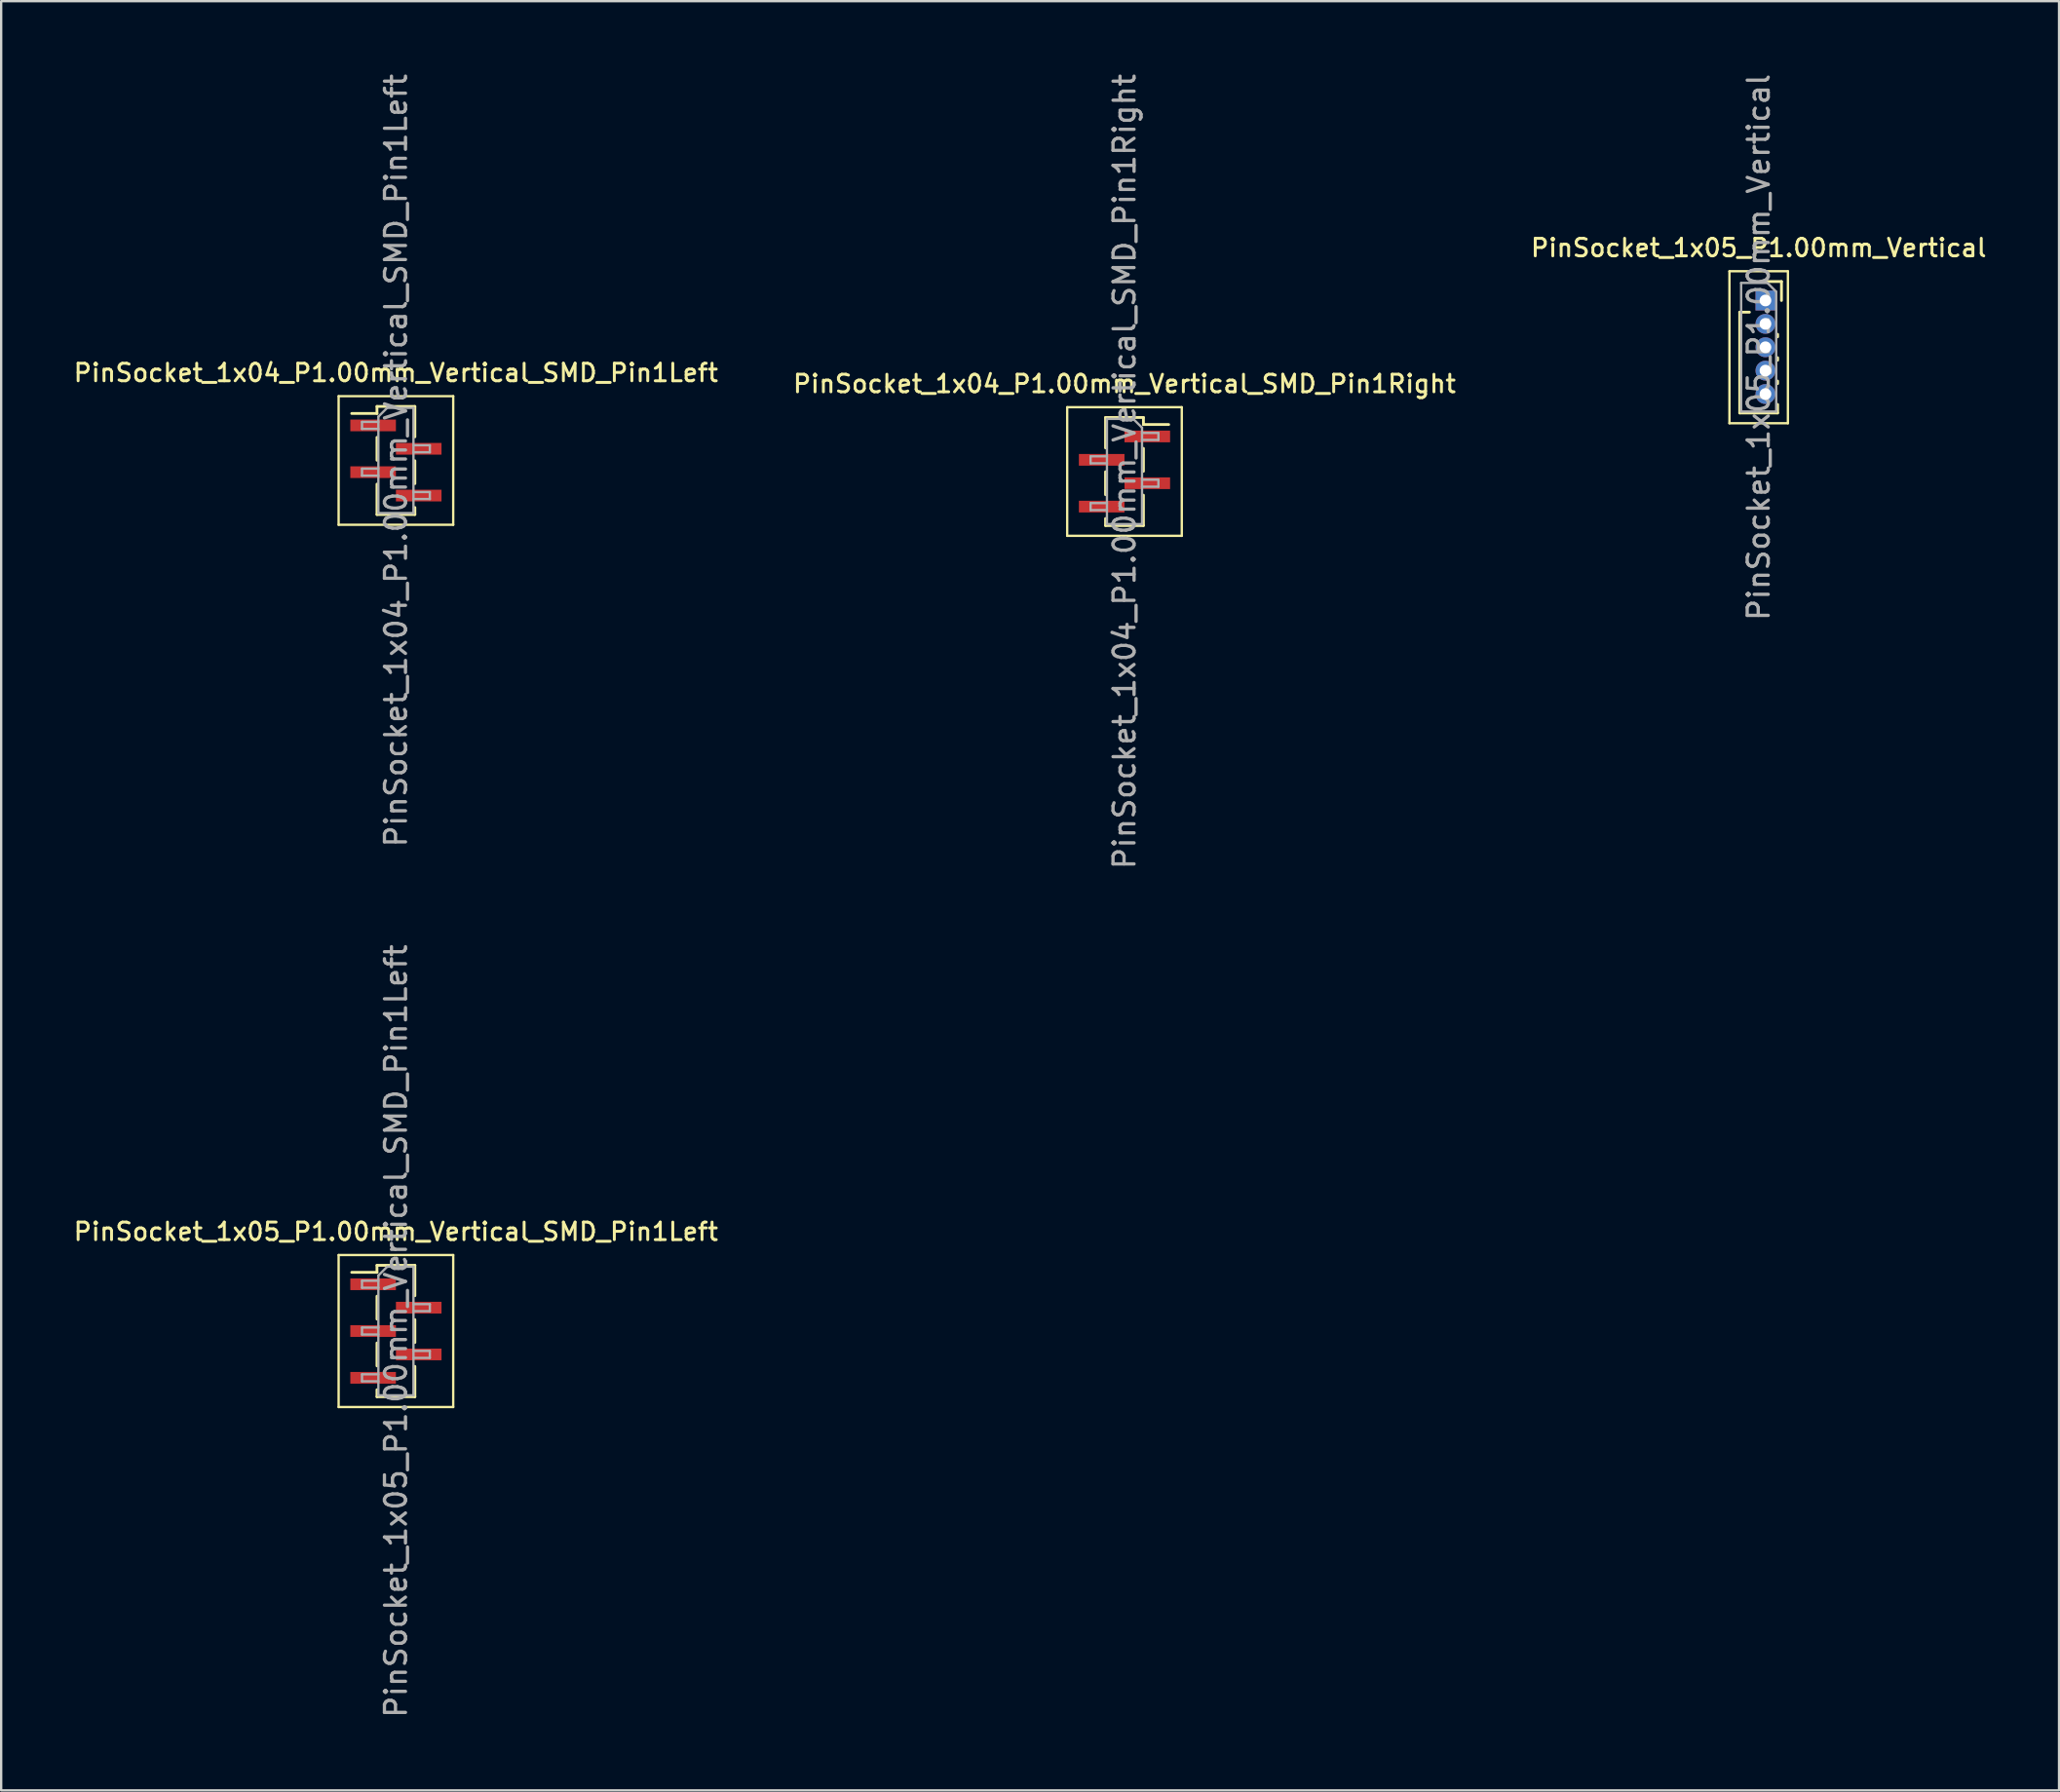
<source format=kicad_pcb>
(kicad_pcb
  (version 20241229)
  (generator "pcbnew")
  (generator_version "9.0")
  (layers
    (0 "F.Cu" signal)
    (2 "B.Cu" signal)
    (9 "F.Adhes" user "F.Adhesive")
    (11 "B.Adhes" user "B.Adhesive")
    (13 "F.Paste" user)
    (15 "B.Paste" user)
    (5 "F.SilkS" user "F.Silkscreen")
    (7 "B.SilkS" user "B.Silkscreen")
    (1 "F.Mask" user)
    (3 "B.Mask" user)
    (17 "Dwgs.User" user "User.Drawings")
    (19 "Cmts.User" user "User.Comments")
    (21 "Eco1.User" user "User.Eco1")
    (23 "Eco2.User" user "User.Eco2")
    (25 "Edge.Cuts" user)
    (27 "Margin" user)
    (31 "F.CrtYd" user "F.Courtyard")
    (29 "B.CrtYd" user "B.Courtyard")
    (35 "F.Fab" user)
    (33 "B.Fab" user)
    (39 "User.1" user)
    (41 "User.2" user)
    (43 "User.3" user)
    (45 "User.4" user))
  (footprint "PinSocket_1x05_P1.00mm_Vertical_SMD_Pin1Left"
    (layer "F.Cu")
    (at 13.88 53.867)
    (property "Reference" "PinSocket_1x05_P1.00mm_Vertical_SMD_Pin1Left" (at 0 -4.25 0) (layer "F.SilkS") (effects (font (size 0.75 0.75) (thickness 0.125))))
    (attr smd)
    (fp_line (start -2.45 -3.25) (end 2.45 -3.25) (stroke (width 0.1) (type solid)) (layer "F.SilkS"))
    (fp_line (start -2.45 3.25) (end -2.45 -3.25) (stroke (width 0.1) (type solid)) (layer "F.SilkS"))
    (fp_line (start -1.89 -2.51) (end -0.81 -2.51) (stroke (width 0.12) (type solid)) (layer "F.SilkS"))
    (fp_line (start -0.81 -2.81) (end -0.81 -2.51) (stroke (width 0.12) (type solid)) (layer "F.SilkS"))
    (fp_line (start -0.81 -2.81) (end 0.81 -2.81) (stroke (width 0.12) (type solid)) (layer "F.SilkS"))
    (fp_line (start -0.81 -1.49) (end -0.81 -0.51) (stroke (width 0.12) (type solid)) (layer "F.SilkS"))
    (fp_line (start -0.81 0.51) (end -0.81 1.49) (stroke (width 0.12) (type solid)) (layer "F.SilkS"))
    (fp_line (start -0.81 2.51) (end -0.81 2.81) (stroke (width 0.12) (type solid)) (layer "F.SilkS"))
    (fp_line (start -0.81 2.81) (end 0.81 2.81) (stroke (width 0.12) (type solid)) (layer "F.SilkS"))
    (fp_line (start 0.81 -2.81) (end 0.81 -1.51) (stroke (width 0.12) (type solid)) (layer "F.SilkS"))
    (fp_line (start 0.81 -0.49) (end 0.81 0.49) (stroke (width 0.12) (type solid)) (layer "F.SilkS"))
    (fp_line (start 0.81 1.51) (end 0.81 2.81) (stroke (width 0.12) (type solid)) (layer "F.SilkS"))
    (fp_line (start 2.45 -3.25) (end 2.45 3.25) (stroke (width 0.1) (type solid)) (layer "F.SilkS"))
    (fp_line (start 2.45 3.25) (end -2.45 3.25) (stroke (width 0.1) (type solid)) (layer "F.SilkS"))
    (fp_line (start -1.45 -2.15) (end -0.75 -2.15) (stroke (width 0.1) (type solid)) (layer "F.Fab"))
    (fp_line (start -1.45 -1.85) (end -1.45 -2.15) (stroke (width 0.1) (type solid)) (layer "F.Fab"))
    (fp_line (start -1.45 -0.15) (end -0.75 -0.15) (stroke (width 0.1) (type solid)) (layer "F.Fab"))
    (fp_line (start -1.45 0.15) (end -1.45 -0.15) (stroke (width 0.1) (type solid)) (layer "F.Fab"))
    (fp_line (start -1.45 1.85) (end -0.75 1.85) (stroke (width 0.1) (type solid)) (layer "F.Fab"))
    (fp_line (start -1.45 2.15) (end -1.45 1.85) (stroke (width 0.1) (type solid)) (layer "F.Fab"))
    (fp_line (start -0.75 -2.375) (end -0.375 -2.75) (stroke (width 0.1) (type solid)) (layer "F.Fab"))
    (fp_line (start -0.75 -1.85) (end -1.45 -1.85) (stroke (width 0.1) (type solid)) (layer "F.Fab"))
    (fp_line (start -0.75 0.15) (end -1.45 0.15) (stroke (width 0.1) (type solid)) (layer "F.Fab"))
    (fp_line (start -0.75 2.15) (end -1.45 2.15) (stroke (width 0.1) (type solid)) (layer "F.Fab"))
    (fp_line (start -0.75 2.75) (end -0.75 -2.375) (stroke (width 0.1) (type solid)) (layer "F.Fab"))
    (fp_line (start -0.375 -2.75) (end 0.75 -2.75) (stroke (width 0.1) (type solid)) (layer "F.Fab"))
    (fp_line (start 0.75 -2.75) (end 0.75 2.75) (stroke (width 0.1) (type solid)) (layer "F.Fab"))
    (fp_line (start 0.75 -1.15) (end 1.45 -1.15) (stroke (width 0.1) (type solid)) (layer "F.Fab"))
    (fp_line (start 0.75 0.85) (end 1.45 0.85) (stroke (width 0.1) (type solid)) (layer "F.Fab"))
    (fp_line (start 0.75 2.75) (end -0.75 2.75) (stroke (width 0.1) (type solid)) (layer "F.Fab"))
    (fp_line (start 1.45 -1.15) (end 1.45 -0.85) (stroke (width 0.1) (type solid)) (layer "F.Fab"))
    (fp_line (start 1.45 -0.85) (end 0.75 -0.85) (stroke (width 0.1) (type solid)) (layer "F.Fab"))
    (fp_line (start 1.45 0.85) (end 1.45 1.15) (stroke (width 0.1) (type solid)) (layer "F.Fab"))
    (fp_line (start 1.45 1.15) (end 0.75 1.15) (stroke (width 0.1) (type solid)) (layer "F.Fab"))
    (fp_text user "${REFERENCE}" (at 0 0 90) (layer "F.Fab") (effects (font (size 0.9 0.9) (thickness 0.14))))
    (pad "1" smd rect (at -0.975 -2) (size 1.95 0.5) (layers "F.Cu" "F.Mask" "F.Paste"))
    (pad "2" smd rect (at 0.975 -1) (size 1.95 0.5) (layers "F.Cu" "F.Mask" "F.Paste"))
    (pad "3" smd rect (at -0.975 0) (size 1.95 0.5) (layers "F.Cu" "F.Mask" "F.Paste"))
    (pad "4" smd rect (at 0.975 1) (size 1.95 0.5) (layers "F.Cu" "F.Mask" "F.Paste"))
    (pad "5" smd rect (at -0.975 2) (size 1.95 0.5) (layers "F.Cu" "F.Mask" "F.Paste")))
  (footprint "PinSocket_1x04_P1.00mm_Vertical_SMD_Pin1Right"
    (layer "F.Cu")
    (at 45.034 17.113)
    (property "Reference" "PinSocket_1x04_P1.00mm_Vertical_SMD_Pin1Right" (at 0 -3.75 0) (layer "F.SilkS") (effects (font (size 0.75 0.75) (thickness 0.125))))
    (attr smd)
    (fp_line (start -2.45 -2.75) (end 2.45 -2.75) (stroke (width 0.1) (type solid)) (layer "F.SilkS"))
    (fp_line (start -2.45 2.75) (end -2.45 -2.75) (stroke (width 0.1) (type solid)) (layer "F.SilkS"))
    (fp_line (start -0.81 -2.31) (end -0.81 -1.01) (stroke (width 0.12) (type solid)) (layer "F.SilkS"))
    (fp_line (start -0.81 -2.31) (end 0.81 -2.31) (stroke (width 0.12) (type solid)) (layer "F.SilkS"))
    (fp_line (start -0.81 0.01) (end -0.81 0.99) (stroke (width 0.12) (type solid)) (layer "F.SilkS"))
    (fp_line (start -0.81 2.01) (end -0.81 2.31) (stroke (width 0.12) (type solid)) (layer "F.SilkS"))
    (fp_line (start -0.81 2.31) (end 0.81 2.31) (stroke (width 0.12) (type solid)) (layer "F.SilkS"))
    (fp_line (start 0.81 -2.31) (end 0.81 -2.01) (stroke (width 0.12) (type solid)) (layer "F.SilkS"))
    (fp_line (start 0.81 -2.01) (end 1.89 -2.01) (stroke (width 0.12) (type solid)) (layer "F.SilkS"))
    (fp_line (start 0.81 -0.99) (end 0.81 -0.01) (stroke (width 0.12) (type solid)) (layer "F.SilkS"))
    (fp_line (start 0.81 1.01) (end 0.81 2.31) (stroke (width 0.12) (type solid)) (layer "F.SilkS"))
    (fp_line (start 2.45 -2.75) (end 2.45 2.75) (stroke (width 0.1) (type solid)) (layer "F.SilkS"))
    (fp_line (start 2.45 2.75) (end -2.45 2.75) (stroke (width 0.1) (type solid)) (layer "F.SilkS"))
    (fp_line (start -1.45 -0.65) (end -0.75 -0.65) (stroke (width 0.1) (type solid)) (layer "F.Fab"))
    (fp_line (start -1.45 -0.35) (end -1.45 -0.65) (stroke (width 0.1) (type solid)) (layer "F.Fab"))
    (fp_line (start -1.45 1.35) (end -0.75 1.35) (stroke (width 0.1) (type solid)) (layer "F.Fab"))
    (fp_line (start -1.45 1.65) (end -1.45 1.35) (stroke (width 0.1) (type solid)) (layer "F.Fab"))
    (fp_line (start -0.75 -2.25) (end 0.375 -2.25) (stroke (width 0.1) (type solid)) (layer "F.Fab"))
    (fp_line (start -0.75 -0.35) (end -1.45 -0.35) (stroke (width 0.1) (type solid)) (layer "F.Fab"))
    (fp_line (start -0.75 1.65) (end -1.45 1.65) (stroke (width 0.1) (type solid)) (layer "F.Fab"))
    (fp_line (start -0.75 2.25) (end -0.75 -2.25) (stroke (width 0.1) (type solid)) (layer "F.Fab"))
    (fp_line (start 0.375 -2.25) (end 0.75 -1.875) (stroke (width 0.1) (type solid)) (layer "F.Fab"))
    (fp_line (start 0.75 -1.875) (end 0.75 2.25) (stroke (width 0.1) (type solid)) (layer "F.Fab"))
    (fp_line (start 0.75 -1.65) (end 1.45 -1.65) (stroke (width 0.1) (type solid)) (layer "F.Fab"))
    (fp_line (start 0.75 0.35) (end 1.45 0.35) (stroke (width 0.1) (type solid)) (layer "F.Fab"))
    (fp_line (start 0.75 2.25) (end -0.75 2.25) (stroke (width 0.1) (type solid)) (layer "F.Fab"))
    (fp_line (start 1.45 -1.65) (end 1.45 -1.35) (stroke (width 0.1) (type solid)) (layer "F.Fab"))
    (fp_line (start 1.45 -1.35) (end 0.75 -1.35) (stroke (width 0.1) (type solid)) (layer "F.Fab"))
    (fp_line (start 1.45 0.35) (end 1.45 0.65) (stroke (width 0.1) (type solid)) (layer "F.Fab"))
    (fp_line (start 1.45 0.65) (end 0.75 0.65) (stroke (width 0.1) (type solid)) (layer "F.Fab"))
    (fp_text user "${REFERENCE}" (at 0 0 90) (layer "F.Fab") (effects (font (size 0.9 0.9) (thickness 0.14))))
    (pad "1" smd rect (at 0.975 -1.5) (size 1.95 0.5) (layers "F.Cu" "F.Mask" "F.Paste"))
    (pad "2" smd rect (at -0.975 -0.5) (size 1.95 0.5) (layers "F.Cu" "F.Mask" "F.Paste"))
    (pad "3" smd rect (at 0.975 0.5) (size 1.95 0.5) (layers "F.Cu" "F.Mask" "F.Paste"))
    (pad "4" smd rect (at -0.975 1.5) (size 1.95 0.5) (layers "F.Cu" "F.Mask" "F.Paste")))
  (footprint "PinSocket_1x05_P1.00mm_Vertical"
    (layer "F.Cu")
    (at 72.442 9.799)
    (property "Reference" "PinSocket_1x05_P1.00mm_Vertical" (at -0.29 -2.25 0) (layer "F.SilkS") (effects (font (size 0.75 0.75) (thickness 0.125))))
    (attr through_hole)
    (fp_line (start -1.54 -1.25) (end 0.96 -1.25) (stroke (width 0.1) (type solid)) (layer "F.SilkS"))
    (fp_line (start -1.54 5.25) (end -1.54 -1.25) (stroke (width 0.1) (type solid)) (layer "F.SilkS"))
    (fp_line (start -1.1 0.5) (end -1.1 4.81) (stroke (width 0.12) (type solid)) (layer "F.SilkS"))
    (fp_line (start -1.1 0.5) (end -0.685 0.5) (stroke (width 0.12) (type solid)) (layer "F.SilkS"))
    (fp_line (start -1.1 4.81) (end 0.52 4.81) (stroke (width 0.12) (type solid)) (layer "F.SilkS"))
    (fp_line (start 0 -0.81) (end 0.685 -0.81) (stroke (width 0.12) (type solid)) (layer "F.SilkS"))
    (fp_line (start 0.52 1.446) (end 0.52 1.554) (stroke (width 0.12) (type solid)) (layer "F.SilkS"))
    (fp_line (start 0.52 2.446) (end 0.52 2.554) (stroke (width 0.12) (type solid)) (layer "F.SilkS"))
    (fp_line (start 0.52 3.446) (end 0.52 3.554) (stroke (width 0.12) (type solid)) (layer "F.SilkS"))
    (fp_line (start 0.52 4.446) (end 0.52 4.81) (stroke (width 0.12) (type solid)) (layer "F.SilkS"))
    (fp_line (start 0.685 -0.81) (end 0.685 0) (stroke (width 0.12) (type solid)) (layer "F.SilkS"))
    (fp_line (start 0.96 -1.25) (end 0.96 5.25) (stroke (width 0.1) (type solid)) (layer "F.SilkS"))
    (fp_line (start 0.96 5.25) (end -1.54 5.25) (stroke (width 0.1) (type solid)) (layer "F.SilkS"))
    (fp_line (start -1.04 -0.75) (end 0.085 -0.75) (stroke (width 0.1) (type solid)) (layer "F.Fab"))
    (fp_line (start -1.04 4.75) (end -1.04 -0.75) (stroke (width 0.1) (type solid)) (layer "F.Fab"))
    (fp_line (start 0.085 -0.75) (end 0.46 -0.375) (stroke (width 0.1) (type solid)) (layer "F.Fab"))
    (fp_line (start 0.46 -0.375) (end 0.46 4.75) (stroke (width 0.1) (type solid)) (layer "F.Fab"))
    (fp_line (start 0.46 4.75) (end -1.04 4.75) (stroke (width 0.1) (type solid)) (layer "F.Fab"))
    (fp_text user "${REFERENCE}" (at -0.29 2 90) (layer "F.Fab") (effects (font (size 0.9 0.9) (thickness 0.14))))
    (pad "1" thru_hole rect (at 0 0) (size 0.85 0.85) (drill 0.5) (layers "*.Cu" "*.Mask"))
    (pad "2" thru_hole oval (at 0 1) (size 0.85 0.85) (drill 0.5) (layers "*.Cu" "*.Mask"))
    (pad "3" thru_hole oval (at 0 2) (size 0.85 0.85) (drill 0.5) (layers "*.Cu" "*.Mask"))
    (pad "4" thru_hole oval (at 0 3) (size 0.85 0.85) (drill 0.5) (layers "*.Cu" "*.Mask"))
    (pad "5" thru_hole oval (at 0 4) (size 0.85 0.85) (drill 0.5) (layers "*.Cu" "*.Mask")))
  (footprint "PinSocket_1x04_P1.00mm_Vertical_SMD_Pin1Left"
    (layer "F.Cu")
    (at 13.88 16.641)
    (property "Reference" "PinSocket_1x04_P1.00mm_Vertical_SMD_Pin1Left" (at 0 -3.75 0) (layer "F.SilkS") (effects (font (size 0.75 0.75) (thickness 0.125))))
    (attr smd)
    (fp_line (start -2.45 -2.75) (end 2.45 -2.75) (stroke (width 0.1) (type solid)) (layer "F.SilkS"))
    (fp_line (start -2.45 2.75) (end -2.45 -2.75) (stroke (width 0.1) (type solid)) (layer "F.SilkS"))
    (fp_line (start -1.89 -2.01) (end -0.81 -2.01) (stroke (width 0.12) (type solid)) (layer "F.SilkS"))
    (fp_line (start -0.81 -2.31) (end -0.81 -2.01) (stroke (width 0.12) (type solid)) (layer "F.SilkS"))
    (fp_line (start -0.81 -2.31) (end 0.81 -2.31) (stroke (width 0.12) (type solid)) (layer "F.SilkS"))
    (fp_line (start -0.81 -0.99) (end -0.81 -0.01) (stroke (width 0.12) (type solid)) (layer "F.SilkS"))
    (fp_line (start -0.81 1.01) (end -0.81 2.31) (stroke (width 0.12) (type solid)) (layer "F.SilkS"))
    (fp_line (start -0.81 2.31) (end 0.81 2.31) (stroke (width 0.12) (type solid)) (layer "F.SilkS"))
    (fp_line (start 0.81 -2.31) (end 0.81 -1.01) (stroke (width 0.12) (type solid)) (layer "F.SilkS"))
    (fp_line (start 0.81 0.01) (end 0.81 0.99) (stroke (width 0.12) (type solid)) (layer "F.SilkS"))
    (fp_line (start 0.81 2.01) (end 0.81 2.31) (stroke (width 0.12) (type solid)) (layer "F.SilkS"))
    (fp_line (start 2.45 -2.75) (end 2.45 2.75) (stroke (width 0.1) (type solid)) (layer "F.SilkS"))
    (fp_line (start 2.45 2.75) (end -2.45 2.75) (stroke (width 0.1) (type solid)) (layer "F.SilkS"))
    (fp_line (start -1.45 -1.65) (end -0.75 -1.65) (stroke (width 0.1) (type solid)) (layer "F.Fab"))
    (fp_line (start -1.45 -1.35) (end -1.45 -1.65) (stroke (width 0.1) (type solid)) (layer "F.Fab"))
    (fp_line (start -1.45 0.35) (end -0.75 0.35) (stroke (width 0.1) (type solid)) (layer "F.Fab"))
    (fp_line (start -1.45 0.65) (end -1.45 0.35) (stroke (width 0.1) (type solid)) (layer "F.Fab"))
    (fp_line (start -0.75 -1.875) (end -0.375 -2.25) (stroke (width 0.1) (type solid)) (layer "F.Fab"))
    (fp_line (start -0.75 -1.35) (end -1.45 -1.35) (stroke (width 0.1) (type solid)) (layer "F.Fab"))
    (fp_line (start -0.75 0.65) (end -1.45 0.65) (stroke (width 0.1) (type solid)) (layer "F.Fab"))
    (fp_line (start -0.75 2.25) (end -0.75 -1.875) (stroke (width 0.1) (type solid)) (layer "F.Fab"))
    (fp_line (start -0.375 -2.25) (end 0.75 -2.25) (stroke (width 0.1) (type solid)) (layer "F.Fab"))
    (fp_line (start 0.75 -2.25) (end 0.75 2.25) (stroke (width 0.1) (type solid)) (layer "F.Fab"))
    (fp_line (start 0.75 -0.65) (end 1.45 -0.65) (stroke (width 0.1) (type solid)) (layer "F.Fab"))
    (fp_line (start 0.75 1.35) (end 1.45 1.35) (stroke (width 0.1) (type solid)) (layer "F.Fab"))
    (fp_line (start 0.75 2.25) (end -0.75 2.25) (stroke (width 0.1) (type solid)) (layer "F.Fab"))
    (fp_line (start 1.45 -0.65) (end 1.45 -0.35) (stroke (width 0.1) (type solid)) (layer "F.Fab"))
    (fp_line (start 1.45 -0.35) (end 0.75 -0.35) (stroke (width 0.1) (type solid)) (layer "F.Fab"))
    (fp_line (start 1.45 1.35) (end 1.45 1.65) (stroke (width 0.1) (type solid)) (layer "F.Fab"))
    (fp_line (start 1.45 1.65) (end 0.75 1.65) (stroke (width 0.1) (type solid)) (layer "F.Fab"))
    (fp_text user "${REFERENCE}" (at 0 0 90) (layer "F.Fab") (effects (font (size 0.9 0.9) (thickness 0.14))))
    (pad "1" smd rect (at -0.975 -1.5) (size 1.95 0.5) (layers "F.Cu" "F.Mask" "F.Paste"))
    (pad "2" smd rect (at 0.975 -0.5) (size 1.95 0.5) (layers "F.Cu" "F.Mask" "F.Paste"))
    (pad "3" smd rect (at -0.975 0.5) (size 1.95 0.5) (layers "F.Cu" "F.Mask" "F.Paste"))
    (pad "4" smd rect (at 0.975 1.5) (size 1.95 0.5) (layers "F.Cu" "F.Mask" "F.Paste")))
  (gr_rect
    (start -3 -3)
    (end 84.996 73.509)
    (stroke (width 0.1) (type default))
    (fill no)
    (layer "Edge.Cuts")))
</source>
